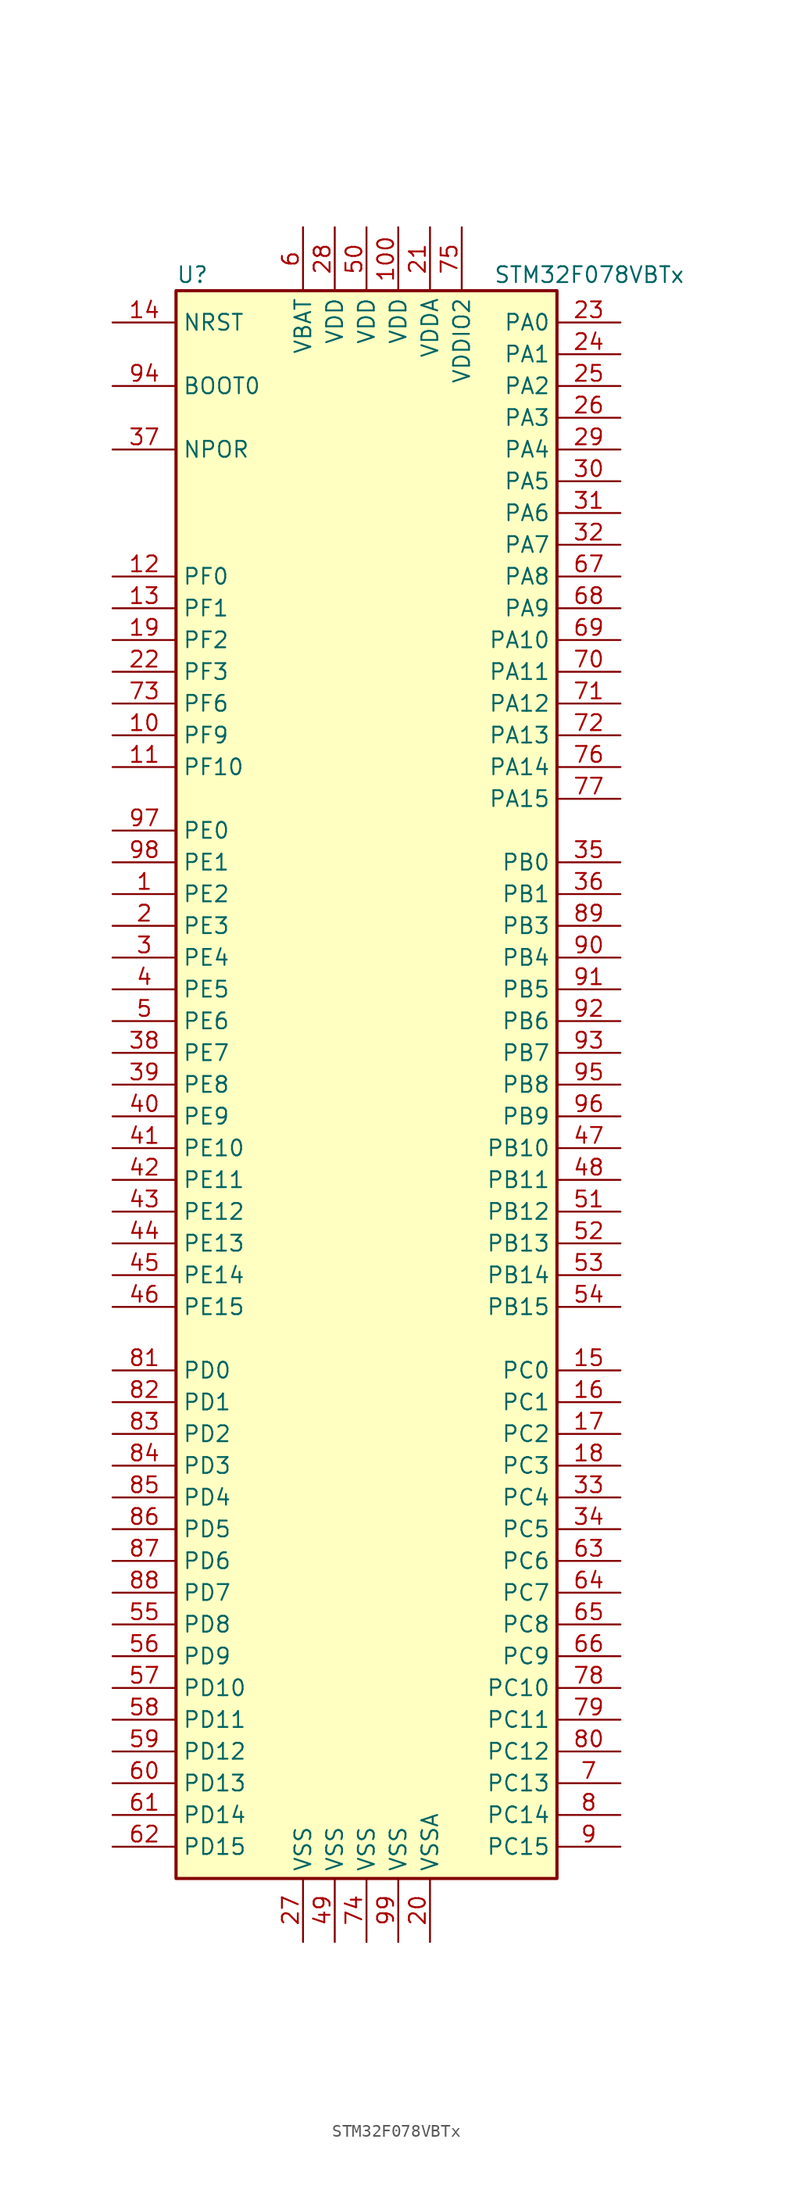
<source format=kicad_sym>
(kicad_symbol_lib
  (version 20211014)
  (generator kicad_symbol_editor)
  (symbol "STM32F078VBTx"
    (property "Reference" "U"
      (at -15.24 64.77 0)
      (effects (font (size 1.27 1.27)) (justify left)))
    (property "Value" "STM32F078VBTx"
      (at 10.16 64.77 0)
      (effects (font (size 1.27 1.27)) (justify left)))
    (symbol "STM32F078VBTx_0_1"
      (rectangle (start -15.24 -63.5) (end 15.24 63.5) (stroke (width 0.254) (type default) (color 0 0 0 0)) (fill (type background))))
    (symbol "STM32F078VBTx_1_1"
      (pin bidirectional line (at -20.32 15.24 0) (length 5.08) (name "PE2" (effects (font (size 1.27 1.27)))) (number "1" (effects (font (size 1.27 1.27)))))
      (pin bidirectional line (at -20.32 27.94 0) (length 5.08) (name "PF9" (effects (font (size 1.27 1.27)))) (number "10" (effects (font (size 1.27 1.27)))))
      (pin power_in line (at 2.54 68.58 270) (length 5.08) (name "VDD" (effects (font (size 1.27 1.27)))) (number "100" (effects (font (size 1.27 1.27)))))
      (pin bidirectional line (at -20.32 25.4 0) (length 5.08) (name "PF10" (effects (font (size 1.27 1.27)))) (number "11" (effects (font (size 1.27 1.27)))))
      (pin input line (at -20.32 40.64 0) (length 5.08) (name "PF0" (effects (font (size 1.27 1.27)))) (number "12" (effects (font (size 1.27 1.27)))))
      (pin input line (at -20.32 38.1 0) (length 5.08) (name "PF1" (effects (font (size 1.27 1.27)))) (number "13" (effects (font (size 1.27 1.27)))))
      (pin input line (at -20.32 60.96 0) (length 5.08) (name "NRST" (effects (font (size 1.27 1.27)))) (number "14" (effects (font (size 1.27 1.27)))))
      (pin bidirectional line (at 20.32 -22.86 180) (length 5.08) (name "PC0" (effects (font (size 1.27 1.27)))) (number "15" (effects (font (size 1.27 1.27)))))
      (pin bidirectional line (at 20.32 -25.4 180) (length 5.08) (name "PC1" (effects (font (size 1.27 1.27)))) (number "16" (effects (font (size 1.27 1.27)))))
      (pin bidirectional line (at 20.32 -27.94 180) (length 5.08) (name "PC2" (effects (font (size 1.27 1.27)))) (number "17" (effects (font (size 1.27 1.27)))))
      (pin bidirectional line (at 20.32 -30.48 180) (length 5.08) (name "PC3" (effects (font (size 1.27 1.27)))) (number "18" (effects (font (size 1.27 1.27)))))
      (pin bidirectional line (at -20.32 35.56 0) (length 5.08) (name "PF2" (effects (font (size 1.27 1.27)))) (number "19" (effects (font (size 1.27 1.27)))))
      (pin bidirectional line (at -20.32 12.7 0) (length 5.08) (name "PE3" (effects (font (size 1.27 1.27)))) (number "2" (effects (font (size 1.27 1.27)))))
      (pin power_in line (at 5.08 -68.58 90) (length 5.08) (name "VSSA" (effects (font (size 1.27 1.27)))) (number "20" (effects (font (size 1.27 1.27)))))
      (pin power_in line (at 5.08 68.58 270) (length 5.08) (name "VDDA" (effects (font (size 1.27 1.27)))) (number "21" (effects (font (size 1.27 1.27)))))
      (pin bidirectional line (at -20.32 33.02 0) (length 5.08) (name "PF3" (effects (font (size 1.27 1.27)))) (number "22" (effects (font (size 1.27 1.27)))))
      (pin bidirectional line (at 20.32 60.96 180) (length 5.08) (name "PA0" (effects (font (size 1.27 1.27)))) (number "23" (effects (font (size 1.27 1.27)))))
      (pin bidirectional line (at 20.32 58.42 180) (length 5.08) (name "PA1" (effects (font (size 1.27 1.27)))) (number "24" (effects (font (size 1.27 1.27)))))
      (pin bidirectional line (at 20.32 55.88 180) (length 5.08) (name "PA2" (effects (font (size 1.27 1.27)))) (number "25" (effects (font (size 1.27 1.27)))))
      (pin bidirectional line (at 20.32 53.34 180) (length 5.08) (name "PA3" (effects (font (size 1.27 1.27)))) (number "26" (effects (font (size 1.27 1.27)))))
      (pin power_in line (at -5.08 -68.58 90) (length 5.08) (name "VSS" (effects (font (size 1.27 1.27)))) (number "27" (effects (font (size 1.27 1.27)))))
      (pin power_in line (at -2.54 68.58 270) (length 5.08) (name "VDD" (effects (font (size 1.27 1.27)))) (number "28" (effects (font (size 1.27 1.27)))))
      (pin bidirectional line (at 20.32 50.8 180) (length 5.08) (name "PA4" (effects (font (size 1.27 1.27)))) (number "29" (effects (font (size 1.27 1.27)))))
      (pin bidirectional line (at -20.32 10.16 0) (length 5.08) (name "PE4" (effects (font (size 1.27 1.27)))) (number "3" (effects (font (size 1.27 1.27)))))
      (pin bidirectional line (at 20.32 48.26 180) (length 5.08) (name "PA5" (effects (font (size 1.27 1.27)))) (number "30" (effects (font (size 1.27 1.27)))))
      (pin bidirectional line (at 20.32 45.72 180) (length 5.08) (name "PA6" (effects (font (size 1.27 1.27)))) (number "31" (effects (font (size 1.27 1.27)))))
      (pin bidirectional line (at 20.32 43.18 180) (length 5.08) (name "PA7" (effects (font (size 1.27 1.27)))) (number "32" (effects (font (size 1.27 1.27)))))
      (pin bidirectional line (at 20.32 -33.02 180) (length 5.08) (name "PC4" (effects (font (size 1.27 1.27)))) (number "33" (effects (font (size 1.27 1.27)))))
      (pin bidirectional line (at 20.32 -35.56 180) (length 5.08) (name "PC5" (effects (font (size 1.27 1.27)))) (number "34" (effects (font (size 1.27 1.27)))))
      (pin bidirectional line (at 20.32 17.78 180) (length 5.08) (name "PB0" (effects (font (size 1.27 1.27)))) (number "35" (effects (font (size 1.27 1.27)))))
      (pin bidirectional line (at 20.32 15.24 180) (length 5.08) (name "PB1" (effects (font (size 1.27 1.27)))) (number "36" (effects (font (size 1.27 1.27)))))
      (pin power_in line (at -20.32 50.8 0) (length 5.08) (name "NPOR" (effects (font (size 1.27 1.27)))) (number "37" (effects (font (size 1.27 1.27)))))
      (pin bidirectional line (at -20.32 2.54 0) (length 5.08) (name "PE7" (effects (font (size 1.27 1.27)))) (number "38" (effects (font (size 1.27 1.27)))))
      (pin bidirectional line (at -20.32 0 0) (length 5.08) (name "PE8" (effects (font (size 1.27 1.27)))) (number "39" (effects (font (size 1.27 1.27)))))
      (pin bidirectional line (at -20.32 7.62 0) (length 5.08) (name "PE5" (effects (font (size 1.27 1.27)))) (number "4" (effects (font (size 1.27 1.27)))))
      (pin bidirectional line (at -20.32 -2.54 0) (length 5.08) (name "PE9" (effects (font (size 1.27 1.27)))) (number "40" (effects (font (size 1.27 1.27)))))
      (pin bidirectional line (at -20.32 -5.08 0) (length 5.08) (name "PE10" (effects (font (size 1.27 1.27)))) (number "41" (effects (font (size 1.27 1.27)))))
      (pin bidirectional line (at -20.32 -7.62 0) (length 5.08) (name "PE11" (effects (font (size 1.27 1.27)))) (number "42" (effects (font (size 1.27 1.27)))))
      (pin bidirectional line (at -20.32 -10.16 0) (length 5.08) (name "PE12" (effects (font (size 1.27 1.27)))) (number "43" (effects (font (size 1.27 1.27)))))
      (pin bidirectional line (at -20.32 -12.7 0) (length 5.08) (name "PE13" (effects (font (size 1.27 1.27)))) (number "44" (effects (font (size 1.27 1.27)))))
      (pin bidirectional line (at -20.32 -15.24 0) (length 5.08) (name "PE14" (effects (font (size 1.27 1.27)))) (number "45" (effects (font (size 1.27 1.27)))))
      (pin bidirectional line (at -20.32 -17.78 0) (length 5.08) (name "PE15" (effects (font (size 1.27 1.27)))) (number "46" (effects (font (size 1.27 1.27)))))
      (pin bidirectional line (at 20.32 -5.08 180) (length 5.08) (name "PB10" (effects (font (size 1.27 1.27)))) (number "47" (effects (font (size 1.27 1.27)))))
      (pin bidirectional line (at 20.32 -7.62 180) (length 5.08) (name "PB11" (effects (font (size 1.27 1.27)))) (number "48" (effects (font (size 1.27 1.27)))))
      (pin power_in line (at -2.54 -68.58 90) (length 5.08) (name "VSS" (effects (font (size 1.27 1.27)))) (number "49" (effects (font (size 1.27 1.27)))))
      (pin bidirectional line (at -20.32 5.08 0) (length 5.08) (name "PE6" (effects (font (size 1.27 1.27)))) (number "5" (effects (font (size 1.27 1.27)))))
      (pin power_in line (at 0 68.58 270) (length 5.08) (name "VDD" (effects (font (size 1.27 1.27)))) (number "50" (effects (font (size 1.27 1.27)))))
      (pin bidirectional line (at 20.32 -10.16 180) (length 5.08) (name "PB12" (effects (font (size 1.27 1.27)))) (number "51" (effects (font (size 1.27 1.27)))))
      (pin bidirectional line (at 20.32 -12.7 180) (length 5.08) (name "PB13" (effects (font (size 1.27 1.27)))) (number "52" (effects (font (size 1.27 1.27)))))
      (pin bidirectional line (at 20.32 -15.24 180) (length 5.08) (name "PB14" (effects (font (size 1.27 1.27)))) (number "53" (effects (font (size 1.27 1.27)))))
      (pin bidirectional line (at 20.32 -17.78 180) (length 5.08) (name "PB15" (effects (font (size 1.27 1.27)))) (number "54" (effects (font (size 1.27 1.27)))))
      (pin bidirectional line (at -20.32 -43.18 0) (length 5.08) (name "PD8" (effects (font (size 1.27 1.27)))) (number "55" (effects (font (size 1.27 1.27)))))
      (pin bidirectional line (at -20.32 -45.72 0) (length 5.08) (name "PD9" (effects (font (size 1.27 1.27)))) (number "56" (effects (font (size 1.27 1.27)))))
      (pin bidirectional line (at -20.32 -48.26 0) (length 5.08) (name "PD10" (effects (font (size 1.27 1.27)))) (number "57" (effects (font (size 1.27 1.27)))))
      (pin bidirectional line (at -20.32 -50.8 0) (length 5.08) (name "PD11" (effects (font (size 1.27 1.27)))) (number "58" (effects (font (size 1.27 1.27)))))
      (pin bidirectional line (at -20.32 -53.34 0) (length 5.08) (name "PD12" (effects (font (size 1.27 1.27)))) (number "59" (effects (font (size 1.27 1.27)))))
      (pin power_in line (at -5.08 68.58 270) (length 5.08) (name "VBAT" (effects (font (size 1.27 1.27)))) (number "6" (effects (font (size 1.27 1.27)))))
      (pin bidirectional line (at -20.32 -55.88 0) (length 5.08) (name "PD13" (effects (font (size 1.27 1.27)))) (number "60" (effects (font (size 1.27 1.27)))))
      (pin bidirectional line (at -20.32 -58.42 0) (length 5.08) (name "PD14" (effects (font (size 1.27 1.27)))) (number "61" (effects (font (size 1.27 1.27)))))
      (pin bidirectional line (at -20.32 -60.96 0) (length 5.08) (name "PD15" (effects (font (size 1.27 1.27)))) (number "62" (effects (font (size 1.27 1.27)))))
      (pin bidirectional line (at 20.32 -38.1 180) (length 5.08) (name "PC6" (effects (font (size 1.27 1.27)))) (number "63" (effects (font (size 1.27 1.27)))))
      (pin bidirectional line (at 20.32 -40.64 180) (length 5.08) (name "PC7" (effects (font (size 1.27 1.27)))) (number "64" (effects (font (size 1.27 1.27)))))
      (pin bidirectional line (at 20.32 -43.18 180) (length 5.08) (name "PC8" (effects (font (size 1.27 1.27)))) (number "65" (effects (font (size 1.27 1.27)))))
      (pin bidirectional line (at 20.32 -45.72 180) (length 5.08) (name "PC9" (effects (font (size 1.27 1.27)))) (number "66" (effects (font (size 1.27 1.27)))))
      (pin bidirectional line (at 20.32 40.64 180) (length 5.08) (name "PA8" (effects (font (size 1.27 1.27)))) (number "67" (effects (font (size 1.27 1.27)))))
      (pin bidirectional line (at 20.32 38.1 180) (length 5.08) (name "PA9" (effects (font (size 1.27 1.27)))) (number "68" (effects (font (size 1.27 1.27)))))
      (pin bidirectional line (at 20.32 35.56 180) (length 5.08) (name "PA10" (effects (font (size 1.27 1.27)))) (number "69" (effects (font (size 1.27 1.27)))))
      (pin bidirectional line (at 20.32 -55.88 180) (length 5.08) (name "PC13" (effects (font (size 1.27 1.27)))) (number "7" (effects (font (size 1.27 1.27)))))
      (pin bidirectional line (at 20.32 33.02 180) (length 5.08) (name "PA11" (effects (font (size 1.27 1.27)))) (number "70" (effects (font (size 1.27 1.27)))))
      (pin bidirectional line (at 20.32 30.48 180) (length 5.08) (name "PA12" (effects (font (size 1.27 1.27)))) (number "71" (effects (font (size 1.27 1.27)))))
      (pin bidirectional line (at 20.32 27.94 180) (length 5.08) (name "PA13" (effects (font (size 1.27 1.27)))) (number "72" (effects (font (size 1.27 1.27)))))
      (pin bidirectional line (at -20.32 30.48 0) (length 5.08) (name "PF6" (effects (font (size 1.27 1.27)))) (number "73" (effects (font (size 1.27 1.27)))))
      (pin power_in line (at 0 -68.58 90) (length 5.08) (name "VSS" (effects (font (size 1.27 1.27)))) (number "74" (effects (font (size 1.27 1.27)))))
      (pin power_in line (at 7.62 68.58 270) (length 5.08) (name "VDDIO2" (effects (font (size 1.27 1.27)))) (number "75" (effects (font (size 1.27 1.27)))))
      (pin bidirectional line (at 20.32 25.4 180) (length 5.08) (name "PA14" (effects (font (size 1.27 1.27)))) (number "76" (effects (font (size 1.27 1.27)))))
      (pin bidirectional line (at 20.32 22.86 180) (length 5.08) (name "PA15" (effects (font (size 1.27 1.27)))) (number "77" (effects (font (size 1.27 1.27)))))
      (pin bidirectional line (at 20.32 -48.26 180) (length 5.08) (name "PC10" (effects (font (size 1.27 1.27)))) (number "78" (effects (font (size 1.27 1.27)))))
      (pin bidirectional line (at 20.32 -50.8 180) (length 5.08) (name "PC11" (effects (font (size 1.27 1.27)))) (number "79" (effects (font (size 1.27 1.27)))))
      (pin bidirectional line (at 20.32 -58.42 180) (length 5.08) (name "PC14" (effects (font (size 1.27 1.27)))) (number "8" (effects (font (size 1.27 1.27)))))
      (pin bidirectional line (at 20.32 -53.34 180) (length 5.08) (name "PC12" (effects (font (size 1.27 1.27)))) (number "80" (effects (font (size 1.27 1.27)))))
      (pin bidirectional line (at -20.32 -22.86 0) (length 5.08) (name "PD0" (effects (font (size 1.27 1.27)))) (number "81" (effects (font (size 1.27 1.27)))))
      (pin bidirectional line (at -20.32 -25.4 0) (length 5.08) (name "PD1" (effects (font (size 1.27 1.27)))) (number "82" (effects (font (size 1.27 1.27)))))
      (pin bidirectional line (at -20.32 -27.94 0) (length 5.08) (name "PD2" (effects (font (size 1.27 1.27)))) (number "83" (effects (font (size 1.27 1.27)))))
      (pin bidirectional line (at -20.32 -30.48 0) (length 5.08) (name "PD3" (effects (font (size 1.27 1.27)))) (number "84" (effects (font (size 1.27 1.27)))))
      (pin bidirectional line (at -20.32 -33.02 0) (length 5.08) (name "PD4" (effects (font (size 1.27 1.27)))) (number "85" (effects (font (size 1.27 1.27)))))
      (pin bidirectional line (at -20.32 -35.56 0) (length 5.08) (name "PD5" (effects (font (size 1.27 1.27)))) (number "86" (effects (font (size 1.27 1.27)))))
      (pin bidirectional line (at -20.32 -38.1 0) (length 5.08) (name "PD6" (effects (font (size 1.27 1.27)))) (number "87" (effects (font (size 1.27 1.27)))))
      (pin bidirectional line (at -20.32 -40.64 0) (length 5.08) (name "PD7" (effects (font (size 1.27 1.27)))) (number "88" (effects (font (size 1.27 1.27)))))
      (pin bidirectional line (at 20.32 12.7 180) (length 5.08) (name "PB3" (effects (font (size 1.27 1.27)))) (number "89" (effects (font (size 1.27 1.27)))))
      (pin bidirectional line (at 20.32 -60.96 180) (length 5.08) (name "PC15" (effects (font (size 1.27 1.27)))) (number "9" (effects (font (size 1.27 1.27)))))
      (pin bidirectional line (at 20.32 10.16 180) (length 5.08) (name "PB4" (effects (font (size 1.27 1.27)))) (number "90" (effects (font (size 1.27 1.27)))))
      (pin bidirectional line (at 20.32 7.62 180) (length 5.08) (name "PB5" (effects (font (size 1.27 1.27)))) (number "91" (effects (font (size 1.27 1.27)))))
      (pin bidirectional line (at 20.32 5.08 180) (length 5.08) (name "PB6" (effects (font (size 1.27 1.27)))) (number "92" (effects (font (size 1.27 1.27)))))
      (pin bidirectional line (at 20.32 2.54 180) (length 5.08) (name "PB7" (effects (font (size 1.27 1.27)))) (number "93" (effects (font (size 1.27 1.27)))))
      (pin input line (at -20.32 55.88 0) (length 5.08) (name "BOOT0" (effects (font (size 1.27 1.27)))) (number "94" (effects (font (size 1.27 1.27)))))
      (pin bidirectional line (at 20.32 0 180) (length 5.08) (name "PB8" (effects (font (size 1.27 1.27)))) (number "95" (effects (font (size 1.27 1.27)))))
      (pin bidirectional line (at 20.32 -2.54 180) (length 5.08) (name "PB9" (effects (font (size 1.27 1.27)))) (number "96" (effects (font (size 1.27 1.27)))))
      (pin bidirectional line (at -20.32 20.32 0) (length 5.08) (name "PE0" (effects (font (size 1.27 1.27)))) (number "97" (effects (font (size 1.27 1.27)))))
      (pin bidirectional line (at -20.32 17.78 0) (length 5.08) (name "PE1" (effects (font (size 1.27 1.27)))) (number "98" (effects (font (size 1.27 1.27)))))
      (pin power_in line (at 2.54 -68.58 90) (length 5.08) (name "VSS" (effects (font (size 1.27 1.27)))) (number "99" (effects (font (size 1.27 1.27))))))))
</source>
